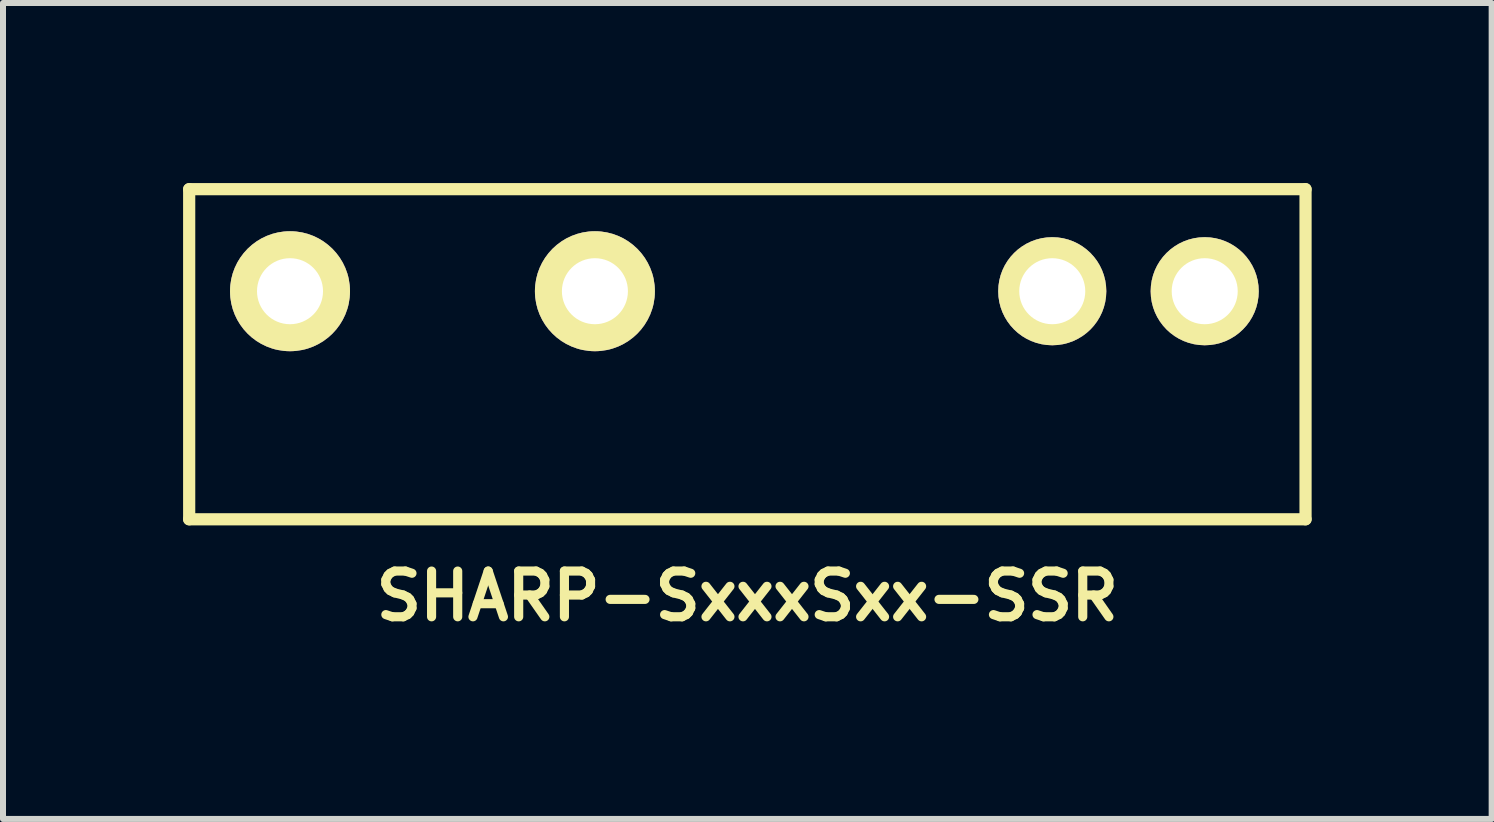
<source format=kicad_pcb>
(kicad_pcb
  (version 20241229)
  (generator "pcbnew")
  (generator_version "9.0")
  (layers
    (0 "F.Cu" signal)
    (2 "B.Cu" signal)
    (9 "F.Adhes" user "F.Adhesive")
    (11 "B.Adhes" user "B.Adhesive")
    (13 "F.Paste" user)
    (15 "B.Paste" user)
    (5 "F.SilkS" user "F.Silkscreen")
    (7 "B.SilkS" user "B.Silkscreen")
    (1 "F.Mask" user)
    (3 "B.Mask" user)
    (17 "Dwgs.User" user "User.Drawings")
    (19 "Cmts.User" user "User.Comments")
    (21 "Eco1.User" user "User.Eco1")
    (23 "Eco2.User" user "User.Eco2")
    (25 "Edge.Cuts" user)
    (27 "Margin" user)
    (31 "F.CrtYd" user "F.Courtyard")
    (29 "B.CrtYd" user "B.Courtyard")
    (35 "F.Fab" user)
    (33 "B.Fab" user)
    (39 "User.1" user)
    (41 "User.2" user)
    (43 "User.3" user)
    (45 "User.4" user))
  (footprint "SHARP-SxxxSxx-SSR"
    (layer "F.Cu")
    (at 9.402 1.802)
    (property "Reference" "SHARP-SxxxSxx-SSR" (at 0 5.08 0) (layer "F.SilkS") (effects (font (size 0.762 0.762) (thickness 0.152))))
    (attr through_hole)
    (fp_line (start -9.3 -1.7) (end 9.3 -1.7) (stroke (width 0.203) (type solid)) (layer "F.SilkS"))
    (fp_line (start -9.3 3.8) (end -9.3 -1.7) (stroke (width 0.203) (type solid)) (layer "F.SilkS"))
    (fp_line (start 9.3 -1.7) (end 9.3 3.8) (stroke (width 0.203) (type solid)) (layer "F.SilkS"))
    (fp_line (start 9.3 3.8) (end -9.3 3.8) (stroke (width 0.203) (type solid)) (layer "F.SilkS"))
    (pad "1" thru_hole circle (at -7.62 0) (size 1.999 1.999) (drill 1.1) (layers "*.Cu" "*.Mask" "F.SilkS"))
    (pad "2" thru_hole circle (at -2.54 0) (size 1.999 1.999) (drill 1.1) (layers "*.Cu" "*.Mask" "F.SilkS"))
    (pad "3" thru_hole circle (at 5.08 0) (size 1.801 1.801) (drill 1.1) (layers "*.Cu" "*.Mask" "F.SilkS"))
    (pad "4" thru_hole circle (at 7.62 0) (size 1.801 1.801) (drill 1.1) (layers "*.Cu" "*.Mask" "F.SilkS")))
  (gr_rect
    (start -3 -3)
    (end 21.803 10.595)
    (stroke (width 0.1) (type default))
    (fill no)
    (layer "Edge.Cuts")))
</source>
